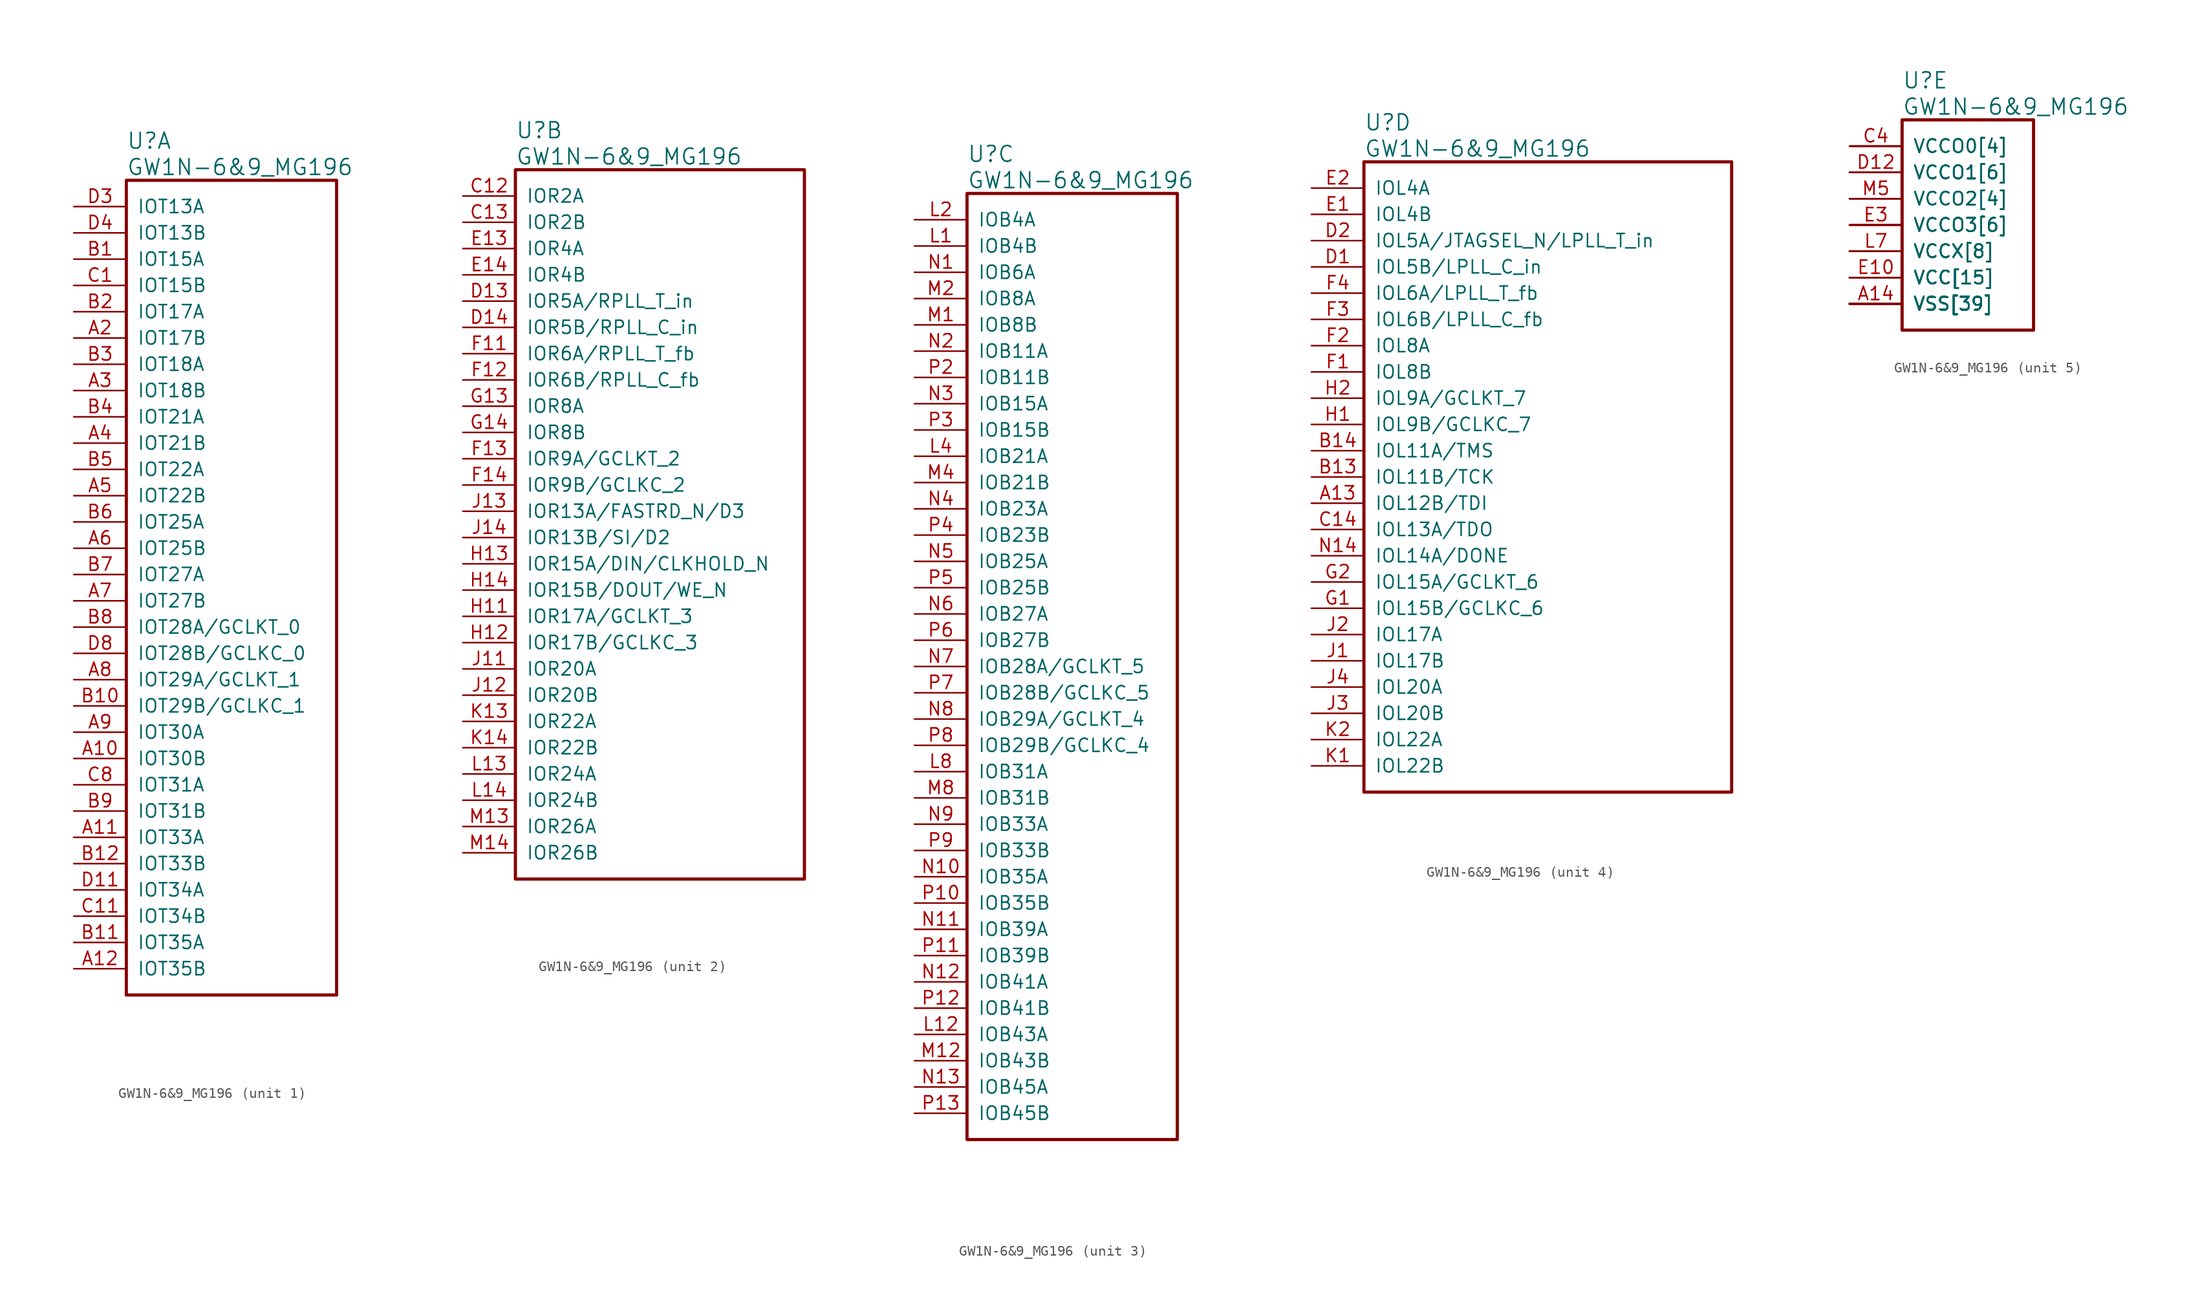
<source format=kicad_sym>
(kicad_symbol_lib
  (version 20211014)
  (generator kicad_symbol_editor)
  (symbol "GW1N-6&9_MG196"
    (pin_names
      (offset 1.016))
    (property "Reference" "U"
      (at 5.08 6.35 0)
      (effects (font (size 1.524 1.524)) (justify left)))
    (property "Value" "GW1N-6&9_MG196"
      (at 5.08 3.81 0)
      (effects (font (size 1.524 1.524)) (justify left)))
    (property "ki_locked" ""
      (at 0 0 0)
      (effects (font (size 1.27 1.27))))
    (symbol "GW1N-6&9_MG196_1_1"
      (rectangle (start 5.08 2.54) (end 25.4 -76.2) (stroke (width 0.305) (type default) (color 0 0 0 0)) (fill (type none)))
      (pin bidirectional line (at 0 -53.34 0) (length 5.08) (name "IOT30B" (effects (font (size 1.27 1.27)))) (number "A10" (effects (font (size 1.27 1.27)))))
      (pin bidirectional line (at 0 -60.96 0) (length 5.08) (name "IOT33A" (effects (font (size 1.27 1.27)))) (number "A11" (effects (font (size 1.27 1.27)))))
      (pin bidirectional line (at 0 -73.66 0) (length 5.08) (name "IOT35B" (effects (font (size 1.27 1.27)))) (number "A12" (effects (font (size 1.27 1.27)))))
      (pin bidirectional line (at 0 -12.7 0) (length 5.08) (name "IOT17B" (effects (font (size 1.27 1.27)))) (number "A2" (effects (font (size 1.27 1.27)))))
      (pin bidirectional line (at 0 -17.78 0) (length 5.08) (name "IOT18B" (effects (font (size 1.27 1.27)))) (number "A3" (effects (font (size 1.27 1.27)))))
      (pin bidirectional line (at 0 -22.86 0) (length 5.08) (name "IOT21B" (effects (font (size 1.27 1.27)))) (number "A4" (effects (font (size 1.27 1.27)))))
      (pin bidirectional line (at 0 -27.94 0) (length 5.08) (name "IOT22B" (effects (font (size 1.27 1.27)))) (number "A5" (effects (font (size 1.27 1.27)))))
      (pin bidirectional line (at 0 -33.02 0) (length 5.08) (name "IOT25B" (effects (font (size 1.27 1.27)))) (number "A6" (effects (font (size 1.27 1.27)))))
      (pin bidirectional line (at 0 -38.1 0) (length 5.08) (name "IOT27B" (effects (font (size 1.27 1.27)))) (number "A7" (effects (font (size 1.27 1.27)))))
      (pin bidirectional line (at 0 -45.72 0) (length 5.08) (name "IOT29A/GCLKT_1" (effects (font (size 1.27 1.27)))) (number "A8" (effects (font (size 1.27 1.27)))))
      (pin bidirectional line (at 0 -50.8 0) (length 5.08) (name "IOT30A" (effects (font (size 1.27 1.27)))) (number "A9" (effects (font (size 1.27 1.27)))))
      (pin bidirectional line (at 0 -5.08 0) (length 5.08) (name "IOT15A" (effects (font (size 1.27 1.27)))) (number "B1" (effects (font (size 1.27 1.27)))))
      (pin bidirectional line (at 0 -48.26 0) (length 5.08) (name "IOT29B/GCLKC_1" (effects (font (size 1.27 1.27)))) (number "B10" (effects (font (size 1.27 1.27)))))
      (pin bidirectional line (at 0 -71.12 0) (length 5.08) (name "IOT35A" (effects (font (size 1.27 1.27)))) (number "B11" (effects (font (size 1.27 1.27)))))
      (pin bidirectional line (at 0 -63.5 0) (length 5.08) (name "IOT33B" (effects (font (size 1.27 1.27)))) (number "B12" (effects (font (size 1.27 1.27)))))
      (pin bidirectional line (at 0 -10.16 0) (length 5.08) (name "IOT17A" (effects (font (size 1.27 1.27)))) (number "B2" (effects (font (size 1.27 1.27)))))
      (pin bidirectional line (at 0 -15.24 0) (length 5.08) (name "IOT18A" (effects (font (size 1.27 1.27)))) (number "B3" (effects (font (size 1.27 1.27)))))
      (pin bidirectional line (at 0 -20.32 0) (length 5.08) (name "IOT21A" (effects (font (size 1.27 1.27)))) (number "B4" (effects (font (size 1.27 1.27)))))
      (pin bidirectional line (at 0 -25.4 0) (length 5.08) (name "IOT22A" (effects (font (size 1.27 1.27)))) (number "B5" (effects (font (size 1.27 1.27)))))
      (pin bidirectional line (at 0 -30.48 0) (length 5.08) (name "IOT25A" (effects (font (size 1.27 1.27)))) (number "B6" (effects (font (size 1.27 1.27)))))
      (pin bidirectional line (at 0 -35.56 0) (length 5.08) (name "IOT27A" (effects (font (size 1.27 1.27)))) (number "B7" (effects (font (size 1.27 1.27)))))
      (pin bidirectional line (at 0 -40.64 0) (length 5.08) (name "IOT28A/GCLKT_0" (effects (font (size 1.27 1.27)))) (number "B8" (effects (font (size 1.27 1.27)))))
      (pin bidirectional line (at 0 -58.42 0) (length 5.08) (name "IOT31B" (effects (font (size 1.27 1.27)))) (number "B9" (effects (font (size 1.27 1.27)))))
      (pin bidirectional line (at 0 -7.62 0) (length 5.08) (name "IOT15B" (effects (font (size 1.27 1.27)))) (number "C1" (effects (font (size 1.27 1.27)))))
      (pin bidirectional line (at 0 -68.58 0) (length 5.08) (name "IOT34B" (effects (font (size 1.27 1.27)))) (number "C11" (effects (font (size 1.27 1.27)))))
      (pin bidirectional line (at 0 -55.88 0) (length 5.08) (name "IOT31A" (effects (font (size 1.27 1.27)))) (number "C8" (effects (font (size 1.27 1.27)))))
      (pin bidirectional line (at 0 -66.04 0) (length 5.08) (name "IOT34A" (effects (font (size 1.27 1.27)))) (number "D11" (effects (font (size 1.27 1.27)))))
      (pin bidirectional line (at 0 0 0) (length 5.08) (name "IOT13A" (effects (font (size 1.27 1.27)))) (number "D3" (effects (font (size 1.27 1.27)))))
      (pin bidirectional line (at 0 -2.54 0) (length 5.08) (name "IOT13B" (effects (font (size 1.27 1.27)))) (number "D4" (effects (font (size 1.27 1.27)))))
      (pin bidirectional line (at 0 -43.18 0) (length 5.08) (name "IOT28B/GCLKC_0" (effects (font (size 1.27 1.27)))) (number "D8" (effects (font (size 1.27 1.27))))))
    (symbol "GW1N-6&9_MG196_2_1"
      (rectangle (start 5.08 2.54) (end 33.02 -66.04) (stroke (width 0.305) (type default) (color 0 0 0 0)) (fill (type none)))
      (pin bidirectional line (at 0 0 0) (length 5.08) (name "IOR2A" (effects (font (size 1.27 1.27)))) (number "C12" (effects (font (size 1.27 1.27)))))
      (pin bidirectional line (at 0 -2.54 0) (length 5.08) (name "IOR2B" (effects (font (size 1.27 1.27)))) (number "C13" (effects (font (size 1.27 1.27)))))
      (pin bidirectional line (at 0 -10.16 0) (length 5.08) (name "IOR5A/RPLL_T_in" (effects (font (size 1.27 1.27)))) (number "D13" (effects (font (size 1.27 1.27)))))
      (pin bidirectional line (at 0 -12.7 0) (length 5.08) (name "IOR5B/RPLL_C_in" (effects (font (size 1.27 1.27)))) (number "D14" (effects (font (size 1.27 1.27)))))
      (pin bidirectional line (at 0 -5.08 0) (length 5.08) (name "IOR4A" (effects (font (size 1.27 1.27)))) (number "E13" (effects (font (size 1.27 1.27)))))
      (pin bidirectional line (at 0 -7.62 0) (length 5.08) (name "IOR4B" (effects (font (size 1.27 1.27)))) (number "E14" (effects (font (size 1.27 1.27)))))
      (pin bidirectional line (at 0 -15.24 0) (length 5.08) (name "IOR6A/RPLL_T_fb" (effects (font (size 1.27 1.27)))) (number "F11" (effects (font (size 1.27 1.27)))))
      (pin bidirectional line (at 0 -17.78 0) (length 5.08) (name "IOR6B/RPLL_C_fb" (effects (font (size 1.27 1.27)))) (number "F12" (effects (font (size 1.27 1.27)))))
      (pin bidirectional line (at 0 -25.4 0) (length 5.08) (name "IOR9A/GCLKT_2" (effects (font (size 1.27 1.27)))) (number "F13" (effects (font (size 1.27 1.27)))))
      (pin bidirectional line (at 0 -27.94 0) (length 5.08) (name "IOR9B/GCLKC_2" (effects (font (size 1.27 1.27)))) (number "F14" (effects (font (size 1.27 1.27)))))
      (pin bidirectional line (at 0 -20.32 0) (length 5.08) (name "IOR8A" (effects (font (size 1.27 1.27)))) (number "G13" (effects (font (size 1.27 1.27)))))
      (pin bidirectional line (at 0 -22.86 0) (length 5.08) (name "IOR8B" (effects (font (size 1.27 1.27)))) (number "G14" (effects (font (size 1.27 1.27)))))
      (pin bidirectional line (at 0 -40.64 0) (length 5.08) (name "IOR17A/GCLKT_3" (effects (font (size 1.27 1.27)))) (number "H11" (effects (font (size 1.27 1.27)))))
      (pin bidirectional line (at 0 -43.18 0) (length 5.08) (name "IOR17B/GCLKC_3" (effects (font (size 1.27 1.27)))) (number "H12" (effects (font (size 1.27 1.27)))))
      (pin bidirectional line (at 0 -35.56 0) (length 5.08) (name "IOR15A/DIN/CLKHOLD_N" (effects (font (size 1.27 1.27)))) (number "H13" (effects (font (size 1.27 1.27)))))
      (pin bidirectional line (at 0 -38.1 0) (length 5.08) (name "IOR15B/DOUT/WE_N" (effects (font (size 1.27 1.27)))) (number "H14" (effects (font (size 1.27 1.27)))))
      (pin bidirectional line (at 0 -45.72 0) (length 5.08) (name "IOR20A" (effects (font (size 1.27 1.27)))) (number "J11" (effects (font (size 1.27 1.27)))))
      (pin bidirectional line (at 0 -48.26 0) (length 5.08) (name "IOR20B" (effects (font (size 1.27 1.27)))) (number "J12" (effects (font (size 1.27 1.27)))))
      (pin bidirectional line (at 0 -30.48 0) (length 5.08) (name "IOR13A/FASTRD_N/D3" (effects (font (size 1.27 1.27)))) (number "J13" (effects (font (size 1.27 1.27)))))
      (pin bidirectional line (at 0 -33.02 0) (length 5.08) (name "IOR13B/SI/D2" (effects (font (size 1.27 1.27)))) (number "J14" (effects (font (size 1.27 1.27)))))
      (pin bidirectional line (at 0 -50.8 0) (length 5.08) (name "IOR22A" (effects (font (size 1.27 1.27)))) (number "K13" (effects (font (size 1.27 1.27)))))
      (pin bidirectional line (at 0 -53.34 0) (length 5.08) (name "IOR22B" (effects (font (size 1.27 1.27)))) (number "K14" (effects (font (size 1.27 1.27)))))
      (pin bidirectional line (at 0 -55.88 0) (length 5.08) (name "IOR24A" (effects (font (size 1.27 1.27)))) (number "L13" (effects (font (size 1.27 1.27)))))
      (pin bidirectional line (at 0 -58.42 0) (length 5.08) (name "IOR24B" (effects (font (size 1.27 1.27)))) (number "L14" (effects (font (size 1.27 1.27)))))
      (pin bidirectional line (at 0 -60.96 0) (length 5.08) (name "IOR26A" (effects (font (size 1.27 1.27)))) (number "M13" (effects (font (size 1.27 1.27)))))
      (pin bidirectional line (at 0 -63.5 0) (length 5.08) (name "IOR26B" (effects (font (size 1.27 1.27)))) (number "M14" (effects (font (size 1.27 1.27))))))
    (symbol "GW1N-6&9_MG196_3_1"
      (rectangle (start 5.08 2.54) (end 25.4 -88.9) (stroke (width 0.305) (type default) (color 0 0 0 0)) (fill (type none)))
      (pin bidirectional line (at 0 -2.54 0) (length 5.08) (name "IOB4B" (effects (font (size 1.27 1.27)))) (number "L1" (effects (font (size 1.27 1.27)))))
      (pin bidirectional line (at 0 -78.74 0) (length 5.08) (name "IOB43A" (effects (font (size 1.27 1.27)))) (number "L12" (effects (font (size 1.27 1.27)))))
      (pin bidirectional line (at 0 0 0) (length 5.08) (name "IOB4A" (effects (font (size 1.27 1.27)))) (number "L2" (effects (font (size 1.27 1.27)))))
      (pin bidirectional line (at 0 -22.86 0) (length 5.08) (name "IOB21A" (effects (font (size 1.27 1.27)))) (number "L4" (effects (font (size 1.27 1.27)))))
      (pin bidirectional line (at 0 -53.34 0) (length 5.08) (name "IOB31A" (effects (font (size 1.27 1.27)))) (number "L8" (effects (font (size 1.27 1.27)))))
      (pin bidirectional line (at 0 -10.16 0) (length 5.08) (name "IOB8B" (effects (font (size 1.27 1.27)))) (number "M1" (effects (font (size 1.27 1.27)))))
      (pin bidirectional line (at 0 -81.28 0) (length 5.08) (name "IOB43B" (effects (font (size 1.27 1.27)))) (number "M12" (effects (font (size 1.27 1.27)))))
      (pin bidirectional line (at 0 -7.62 0) (length 5.08) (name "IOB8A" (effects (font (size 1.27 1.27)))) (number "M2" (effects (font (size 1.27 1.27)))))
      (pin bidirectional line (at 0 -25.4 0) (length 5.08) (name "IOB21B" (effects (font (size 1.27 1.27)))) (number "M4" (effects (font (size 1.27 1.27)))))
      (pin bidirectional line (at 0 -55.88 0) (length 5.08) (name "IOB31B" (effects (font (size 1.27 1.27)))) (number "M8" (effects (font (size 1.27 1.27)))))
      (pin bidirectional line (at 0 -5.08 0) (length 5.08) (name "IOB6A" (effects (font (size 1.27 1.27)))) (number "N1" (effects (font (size 1.27 1.27)))))
      (pin bidirectional line (at 0 -63.5 0) (length 5.08) (name "IOB35A" (effects (font (size 1.27 1.27)))) (number "N10" (effects (font (size 1.27 1.27)))))
      (pin bidirectional line (at 0 -68.58 0) (length 5.08) (name "IOB39A" (effects (font (size 1.27 1.27)))) (number "N11" (effects (font (size 1.27 1.27)))))
      (pin bidirectional line (at 0 -73.66 0) (length 5.08) (name "IOB41A" (effects (font (size 1.27 1.27)))) (number "N12" (effects (font (size 1.27 1.27)))))
      (pin bidirectional line (at 0 -83.82 0) (length 5.08) (name "IOB45A" (effects (font (size 1.27 1.27)))) (number "N13" (effects (font (size 1.27 1.27)))))
      (pin bidirectional line (at 0 -12.7 0) (length 5.08) (name "IOB11A" (effects (font (size 1.27 1.27)))) (number "N2" (effects (font (size 1.27 1.27)))))
      (pin bidirectional line (at 0 -17.78 0) (length 5.08) (name "IOB15A" (effects (font (size 1.27 1.27)))) (number "N3" (effects (font (size 1.27 1.27)))))
      (pin bidirectional line (at 0 -27.94 0) (length 5.08) (name "IOB23A" (effects (font (size 1.27 1.27)))) (number "N4" (effects (font (size 1.27 1.27)))))
      (pin bidirectional line (at 0 -33.02 0) (length 5.08) (name "IOB25A" (effects (font (size 1.27 1.27)))) (number "N5" (effects (font (size 1.27 1.27)))))
      (pin bidirectional line (at 0 -38.1 0) (length 5.08) (name "IOB27A" (effects (font (size 1.27 1.27)))) (number "N6" (effects (font (size 1.27 1.27)))))
      (pin bidirectional line (at 0 -43.18 0) (length 5.08) (name "IOB28A/GCLKT_5" (effects (font (size 1.27 1.27)))) (number "N7" (effects (font (size 1.27 1.27)))))
      (pin bidirectional line (at 0 -48.26 0) (length 5.08) (name "IOB29A/GCLKT_4" (effects (font (size 1.27 1.27)))) (number "N8" (effects (font (size 1.27 1.27)))))
      (pin bidirectional line (at 0 -58.42 0) (length 5.08) (name "IOB33A" (effects (font (size 1.27 1.27)))) (number "N9" (effects (font (size 1.27 1.27)))))
      (pin bidirectional line (at 0 -66.04 0) (length 5.08) (name "IOB35B" (effects (font (size 1.27 1.27)))) (number "P10" (effects (font (size 1.27 1.27)))))
      (pin bidirectional line (at 0 -71.12 0) (length 5.08) (name "IOB39B" (effects (font (size 1.27 1.27)))) (number "P11" (effects (font (size 1.27 1.27)))))
      (pin bidirectional line (at 0 -76.2 0) (length 5.08) (name "IOB41B" (effects (font (size 1.27 1.27)))) (number "P12" (effects (font (size 1.27 1.27)))))
      (pin bidirectional line (at 0 -86.36 0) (length 5.08) (name "IOB45B" (effects (font (size 1.27 1.27)))) (number "P13" (effects (font (size 1.27 1.27)))))
      (pin bidirectional line (at 0 -15.24 0) (length 5.08) (name "IOB11B" (effects (font (size 1.27 1.27)))) (number "P2" (effects (font (size 1.27 1.27)))))
      (pin bidirectional line (at 0 -20.32 0) (length 5.08) (name "IOB15B" (effects (font (size 1.27 1.27)))) (number "P3" (effects (font (size 1.27 1.27)))))
      (pin bidirectional line (at 0 -30.48 0) (length 5.08) (name "IOB23B" (effects (font (size 1.27 1.27)))) (number "P4" (effects (font (size 1.27 1.27)))))
      (pin bidirectional line (at 0 -35.56 0) (length 5.08) (name "IOB25B" (effects (font (size 1.27 1.27)))) (number "P5" (effects (font (size 1.27 1.27)))))
      (pin bidirectional line (at 0 -40.64 0) (length 5.08) (name "IOB27B" (effects (font (size 1.27 1.27)))) (number "P6" (effects (font (size 1.27 1.27)))))
      (pin bidirectional line (at 0 -45.72 0) (length 5.08) (name "IOB28B/GCLKC_5" (effects (font (size 1.27 1.27)))) (number "P7" (effects (font (size 1.27 1.27)))))
      (pin bidirectional line (at 0 -50.8 0) (length 5.08) (name "IOB29B/GCLKC_4" (effects (font (size 1.27 1.27)))) (number "P8" (effects (font (size 1.27 1.27)))))
      (pin bidirectional line (at 0 -60.96 0) (length 5.08) (name "IOB33B" (effects (font (size 1.27 1.27)))) (number "P9" (effects (font (size 1.27 1.27))))))
    (symbol "GW1N-6&9_MG196_4_1"
      (rectangle (start 5.08 2.54) (end 40.64 -58.42) (stroke (width 0.305) (type default) (color 0 0 0 0)) (fill (type none)))
      (pin bidirectional line (at 0 -30.48 0) (length 5.08) (name "IOL12B/TDI" (effects (font (size 1.27 1.27)))) (number "A13" (effects (font (size 1.27 1.27)))))
      (pin bidirectional line (at 0 -27.94 0) (length 5.08) (name "IOL11B/TCK" (effects (font (size 1.27 1.27)))) (number "B13" (effects (font (size 1.27 1.27)))))
      (pin bidirectional line (at 0 -25.4 0) (length 5.08) (name "IOL11A/TMS" (effects (font (size 1.27 1.27)))) (number "B14" (effects (font (size 1.27 1.27)))))
      (pin bidirectional line (at 0 -33.02 0) (length 5.08) (name "IOL13A/TDO" (effects (font (size 1.27 1.27)))) (number "C14" (effects (font (size 1.27 1.27)))))
      (pin bidirectional line (at 0 -7.62 0) (length 5.08) (name "IOL5B/LPLL_C_in" (effects (font (size 1.27 1.27)))) (number "D1" (effects (font (size 1.27 1.27)))))
      (pin bidirectional line (at 0 -5.08 0) (length 5.08) (name "IOL5A/JTAGSEL_N/LPLL_T_in" (effects (font (size 1.27 1.27)))) (number "D2" (effects (font (size 1.27 1.27)))))
      (pin bidirectional line (at 0 -2.54 0) (length 5.08) (name "IOL4B" (effects (font (size 1.27 1.27)))) (number "E1" (effects (font (size 1.27 1.27)))))
      (pin bidirectional line (at 0 0 0) (length 5.08) (name "IOL4A" (effects (font (size 1.27 1.27)))) (number "E2" (effects (font (size 1.27 1.27)))))
      (pin bidirectional line (at 0 -17.78 0) (length 5.08) (name "IOL8B" (effects (font (size 1.27 1.27)))) (number "F1" (effects (font (size 1.27 1.27)))))
      (pin bidirectional line (at 0 -15.24 0) (length 5.08) (name "IOL8A" (effects (font (size 1.27 1.27)))) (number "F2" (effects (font (size 1.27 1.27)))))
      (pin bidirectional line (at 0 -12.7 0) (length 5.08) (name "IOL6B/LPLL_C_fb" (effects (font (size 1.27 1.27)))) (number "F3" (effects (font (size 1.27 1.27)))))
      (pin bidirectional line (at 0 -10.16 0) (length 5.08) (name "IOL6A/LPLL_T_fb" (effects (font (size 1.27 1.27)))) (number "F4" (effects (font (size 1.27 1.27)))))
      (pin bidirectional line (at 0 -40.64 0) (length 5.08) (name "IOL15B/GCLKC_6" (effects (font (size 1.27 1.27)))) (number "G1" (effects (font (size 1.27 1.27)))))
      (pin bidirectional line (at 0 -38.1 0) (length 5.08) (name "IOL15A/GCLKT_6" (effects (font (size 1.27 1.27)))) (number "G2" (effects (font (size 1.27 1.27)))))
      (pin bidirectional line (at 0 -22.86 0) (length 5.08) (name "IOL9B/GCLKC_7" (effects (font (size 1.27 1.27)))) (number "H1" (effects (font (size 1.27 1.27)))))
      (pin bidirectional line (at 0 -20.32 0) (length 5.08) (name "IOL9A/GCLKT_7" (effects (font (size 1.27 1.27)))) (number "H2" (effects (font (size 1.27 1.27)))))
      (pin bidirectional line (at 0 -45.72 0) (length 5.08) (name "IOL17B" (effects (font (size 1.27 1.27)))) (number "J1" (effects (font (size 1.27 1.27)))))
      (pin bidirectional line (at 0 -43.18 0) (length 5.08) (name "IOL17A" (effects (font (size 1.27 1.27)))) (number "J2" (effects (font (size 1.27 1.27)))))
      (pin bidirectional line (at 0 -50.8 0) (length 5.08) (name "IOL20B" (effects (font (size 1.27 1.27)))) (number "J3" (effects (font (size 1.27 1.27)))))
      (pin bidirectional line (at 0 -48.26 0) (length 5.08) (name "IOL20A" (effects (font (size 1.27 1.27)))) (number "J4" (effects (font (size 1.27 1.27)))))
      (pin bidirectional line (at 0 -55.88 0) (length 5.08) (name "IOL22B" (effects (font (size 1.27 1.27)))) (number "K1" (effects (font (size 1.27 1.27)))))
      (pin bidirectional line (at 0 -53.34 0) (length 5.08) (name "IOL22A" (effects (font (size 1.27 1.27)))) (number "K2" (effects (font (size 1.27 1.27)))))
      (pin bidirectional line (at 0 -35.56 0) (length 5.08) (name "IOL14A/DONE" (effects (font (size 1.27 1.27)))) (number "N14" (effects (font (size 1.27 1.27))))))
    (symbol "GW1N-6&9_MG196_5_1"
      (rectangle (start 5.08 2.54) (end 17.78 -17.78) (stroke (width 0.305) (type default) (color 0 0 0 0)) (fill (type none)))
      (pin power_in line (at 0 -15.24 0) (length 5.08) (name "VSS[39]" (effects (font (size 1.27 1.27)))) (number "A1" (effects (font (size 0 0)))))
      (pin power_in line (at 0 -15.24 0) (length 5.08) (name "VSS[39]" (effects (font (size 1.27 1.27)))) (number "A14" (effects (font (size 1.27 1.27)))))
      (pin power_in line (at 0 0 0) (length 5.08) (name "VCCO0[4]" (effects (font (size 1.27 1.27)))) (number "C10" (effects (font (size 0 0)))))
      (pin power_in line (at 0 -15.24 0) (length 5.08) (name "VSS[39]" (effects (font (size 1.27 1.27)))) (number "C2" (effects (font (size 0 0)))))
      (pin power_in line (at 0 -15.24 0) (length 5.08) (name "VSS[39]" (effects (font (size 1.27 1.27)))) (number "C3" (effects (font (size 0 0)))))
      (pin power_in line (at 0 0 0) (length 5.08) (name "VCCO0[4]" (effects (font (size 1.27 1.27)))) (number "C4" (effects (font (size 1.27 1.27)))))
      (pin power_in line (at 0 0 0) (length 5.08) (name "VCCO0[4]" (effects (font (size 1.27 1.27)))) (number "C5" (effects (font (size 0 0)))))
      (pin power_in line (at 0 -15.24 0) (length 5.08) (name "VSS[39]" (effects (font (size 1.27 1.27)))) (number "C6" (effects (font (size 0 0)))))
      (pin power_in line (at 0 -15.24 0) (length 5.08) (name "VSS[39]" (effects (font (size 1.27 1.27)))) (number "C7" (effects (font (size 0 0)))))
      (pin power_in line (at 0 0 0) (length 5.08) (name "VCCO0[4]" (effects (font (size 1.27 1.27)))) (number "C9" (effects (font (size 0 0)))))
      (pin power_in line (at 0 -15.24 0) (length 5.08) (name "VSS[39]" (effects (font (size 1.27 1.27)))) (number "D10" (effects (font (size 0 0)))))
      (pin power_in line (at 0 -2.54 0) (length 5.08) (name "VCCO1[6]" (effects (font (size 1.27 1.27)))) (number "D12" (effects (font (size 1.27 1.27)))))
      (pin power_in line (at 0 -15.24 0) (length 5.08) (name "VSS[39]" (effects (font (size 1.27 1.27)))) (number "D5" (effects (font (size 0 0)))))
      (pin power_in line (at 0 -15.24 0) (length 5.08) (name "VSS[39]" (effects (font (size 1.27 1.27)))) (number "D6" (effects (font (size 0 0)))))
      (pin power_in line (at 0 -10.16 0) (length 5.08) (name "VCCX[8]" (effects (font (size 1.27 1.27)))) (number "D7" (effects (font (size 0 0)))))
      (pin power_in line (at 0 -15.24 0) (length 5.08) (name "VSS[39]" (effects (font (size 1.27 1.27)))) (number "D9" (effects (font (size 0 0)))))
      (pin power_in line (at 0 -12.7 0) (length 5.08) (name "VCC[15]" (effects (font (size 1.27 1.27)))) (number "E10" (effects (font (size 1.27 1.27)))))
      (pin power_in line (at 0 -15.24 0) (length 5.08) (name "VSS[39]" (effects (font (size 1.27 1.27)))) (number "E11" (effects (font (size 0 0)))))
      (pin power_in line (at 0 -2.54 0) (length 5.08) (name "VCCO1[6]" (effects (font (size 1.27 1.27)))) (number "E12" (effects (font (size 0 0)))))
      (pin power_in line (at 0 -7.62 0) (length 5.08) (name "VCCO3[6]" (effects (font (size 1.27 1.27)))) (number "E3" (effects (font (size 1.27 1.27)))))
      (pin power_in line (at 0 -7.62 0) (length 5.08) (name "VCCO3[6]" (effects (font (size 1.27 1.27)))) (number "E4" (effects (font (size 0 0)))))
      (pin power_in line (at 0 -12.7 0) (length 5.08) (name "VCC[15]" (effects (font (size 1.27 1.27)))) (number "E5" (effects (font (size 0 0)))))
      (pin power_in line (at 0 -12.7 0) (length 5.08) (name "VCC[15]" (effects (font (size 1.27 1.27)))) (number "E6" (effects (font (size 0 0)))))
      (pin power_in line (at 0 -10.16 0) (length 5.08) (name "VCCX[8]" (effects (font (size 1.27 1.27)))) (number "E7" (effects (font (size 0 0)))))
      (pin power_in line (at 0 -15.24 0) (length 5.08) (name "VSS[39]" (effects (font (size 1.27 1.27)))) (number "E8" (effects (font (size 0 0)))))
      (pin power_in line (at 0 -12.7 0) (length 5.08) (name "VCC[15]" (effects (font (size 1.27 1.27)))) (number "E9" (effects (font (size 0 0)))))
      (pin power_in line (at 0 -12.7 0) (length 5.08) (name "VCC[15]" (effects (font (size 1.27 1.27)))) (number "F10" (effects (font (size 0 0)))))
      (pin power_in line (at 0 -12.7 0) (length 5.08) (name "VCC[15]" (effects (font (size 1.27 1.27)))) (number "F5" (effects (font (size 0 0)))))
      (pin power_in line (at 0 -12.7 0) (length 5.08) (name "VCC[15]" (effects (font (size 1.27 1.27)))) (number "F6" (effects (font (size 0 0)))))
      (pin power_in line (at 0 -15.24 0) (length 5.08) (name "VSS[39]" (effects (font (size 1.27 1.27)))) (number "F7" (effects (font (size 0 0)))))
      (pin power_in line (at 0 -15.24 0) (length 5.08) (name "VSS[39]" (effects (font (size 1.27 1.27)))) (number "F8" (effects (font (size 0 0)))))
      (pin power_in line (at 0 -12.7 0) (length 5.08) (name "VCC[15]" (effects (font (size 1.27 1.27)))) (number "F9" (effects (font (size 0 0)))))
      (pin power_in line (at 0 -10.16 0) (length 5.08) (name "VCCX[8]" (effects (font (size 1.27 1.27)))) (number "G10" (effects (font (size 0 0)))))
      (pin power_in line (at 0 -2.54 0) (length 5.08) (name "VCCO1[6]" (effects (font (size 1.27 1.27)))) (number "G11" (effects (font (size 0 0)))))
      (pin power_in line (at 0 -2.54 0) (length 5.08) (name "VCCO1[6]" (effects (font (size 1.27 1.27)))) (number "G12" (effects (font (size 0 0)))))
      (pin power_in line (at 0 -7.62 0) (length 5.08) (name "VCCO3[6]" (effects (font (size 1.27 1.27)))) (number "G3" (effects (font (size 0 0)))))
      (pin power_in line (at 0 -15.24 0) (length 5.08) (name "VSS[39]" (effects (font (size 1.27 1.27)))) (number "G4" (effects (font (size 0 0)))))
      (pin power_in line (at 0 -15.24 0) (length 5.08) (name "VSS[39]" (effects (font (size 1.27 1.27)))) (number "G5" (effects (font (size 0 0)))))
      (pin power_in line (at 0 -15.24 0) (length 5.08) (name "VSS[39]" (effects (font (size 1.27 1.27)))) (number "G6" (effects (font (size 0 0)))))
      (pin power_in line (at 0 -15.24 0) (length 5.08) (name "VSS[39]" (effects (font (size 1.27 1.27)))) (number "G7" (effects (font (size 0 0)))))
      (pin power_in line (at 0 -15.24 0) (length 5.08) (name "VSS[39]" (effects (font (size 1.27 1.27)))) (number "G8" (effects (font (size 0 0)))))
      (pin power_in line (at 0 -10.16 0) (length 5.08) (name "VCCX[8]" (effects (font (size 1.27 1.27)))) (number "G9" (effects (font (size 0 0)))))
      (pin power_in line (at 0 -15.24 0) (length 5.08) (name "VSS[39]" (effects (font (size 1.27 1.27)))) (number "H10" (effects (font (size 0 0)))))
      (pin power_in line (at 0 -7.62 0) (length 5.08) (name "VCCO3[6]" (effects (font (size 1.27 1.27)))) (number "H3" (effects (font (size 0 0)))))
      (pin power_in line (at 0 -15.24 0) (length 5.08) (name "VSS[39]" (effects (font (size 1.27 1.27)))) (number "H4" (effects (font (size 0 0)))))
      (pin power_in line (at 0 -10.16 0) (length 5.08) (name "VCCX[8]" (effects (font (size 1.27 1.27)))) (number "H5" (effects (font (size 0 0)))))
      (pin power_in line (at 0 -10.16 0) (length 5.08) (name "VCCX[8]" (effects (font (size 1.27 1.27)))) (number "H6" (effects (font (size 0 0)))))
      (pin power_in line (at 0 -15.24 0) (length 5.08) (name "VSS[39]" (effects (font (size 1.27 1.27)))) (number "H7" (effects (font (size 0 0)))))
      (pin power_in line (at 0 -15.24 0) (length 5.08) (name "VSS[39]" (effects (font (size 1.27 1.27)))) (number "H8" (effects (font (size 0 0)))))
      (pin power_in line (at 0 -15.24 0) (length 5.08) (name "VSS[39]" (effects (font (size 1.27 1.27)))) (number "H9" (effects (font (size 0 0)))))
      (pin power_in line (at 0 -15.24 0) (length 5.08) (name "VSS[39]" (effects (font (size 1.27 1.27)))) (number "J10" (effects (font (size 0 0)))))
      (pin power_in line (at 0 -12.7 0) (length 5.08) (name "VCC[15]" (effects (font (size 1.27 1.27)))) (number "J5" (effects (font (size 0 0)))))
      (pin power_in line (at 0 -12.7 0) (length 5.08) (name "VCC[15]" (effects (font (size 1.27 1.27)))) (number "J6" (effects (font (size 0 0)))))
      (pin power_in line (at 0 -15.24 0) (length 5.08) (name "VSS[39]" (effects (font (size 1.27 1.27)))) (number "J7" (effects (font (size 0 0)))))
      (pin power_in line (at 0 -15.24 0) (length 5.08) (name "VSS[39]" (effects (font (size 1.27 1.27)))) (number "J8" (effects (font (size 0 0)))))
      (pin power_in line (at 0 -12.7 0) (length 5.08) (name "VCC[15]" (effects (font (size 1.27 1.27)))) (number "J9" (effects (font (size 0 0)))))
      (pin power_in line (at 0 -12.7 0) (length 5.08) (name "VCC[15]" (effects (font (size 1.27 1.27)))) (number "K10" (effects (font (size 0 0)))))
      (pin power_in line (at 0 -2.54 0) (length 5.08) (name "VCCO1[6]" (effects (font (size 1.27 1.27)))) (number "K11" (effects (font (size 0 0)))))
      (pin power_in line (at 0 -2.54 0) (length 5.08) (name "VCCO1[6]" (effects (font (size 1.27 1.27)))) (number "K12" (effects (font (size 0 0)))))
      (pin power_in line (at 0 -7.62 0) (length 5.08) (name "VCCO3[6]" (effects (font (size 1.27 1.27)))) (number "K3" (effects (font (size 0 0)))))
      (pin power_in line (at 0 -7.62 0) (length 5.08) (name "VCCO3[6]" (effects (font (size 1.27 1.27)))) (number "K4" (effects (font (size 0 0)))))
      (pin power_in line (at 0 -12.7 0) (length 5.08) (name "VCC[15]" (effects (font (size 1.27 1.27)))) (number "K5" (effects (font (size 0 0)))))
      (pin power_in line (at 0 -12.7 0) (length 5.08) (name "VCC[15]" (effects (font (size 1.27 1.27)))) (number "K6" (effects (font (size 0 0)))))
      (pin power_in line (at 0 -10.16 0) (length 5.08) (name "VCCX[8]" (effects (font (size 1.27 1.27)))) (number "K7" (effects (font (size 0 0)))))
      (pin power_in line (at 0 -15.24 0) (length 5.08) (name "VSS[39]" (effects (font (size 1.27 1.27)))) (number "K8" (effects (font (size 0 0)))))
      (pin power_in line (at 0 -12.7 0) (length 5.08) (name "VCC[15]" (effects (font (size 1.27 1.27)))) (number "K9" (effects (font (size 0 0)))))
      (pin power_in line (at 0 -15.24 0) (length 5.08) (name "VSS[39]" (effects (font (size 1.27 1.27)))) (number "L10" (effects (font (size 0 0)))))
      (pin power_in line (at 0 -15.24 0) (length 5.08) (name "VSS[39]" (effects (font (size 1.27 1.27)))) (number "L11" (effects (font (size 0 0)))))
      (pin power_in line (at 0 -15.24 0) (length 5.08) (name "VSS[39]" (effects (font (size 1.27 1.27)))) (number "L3" (effects (font (size 0 0)))))
      (pin power_in line (at 0 -15.24 0) (length 5.08) (name "VSS[39]" (effects (font (size 1.27 1.27)))) (number "L5" (effects (font (size 0 0)))))
      (pin power_in line (at 0 -15.24 0) (length 5.08) (name "VSS[39]" (effects (font (size 1.27 1.27)))) (number "L6" (effects (font (size 0 0)))))
      (pin power_in line (at 0 -10.16 0) (length 5.08) (name "VCCX[8]" (effects (font (size 1.27 1.27)))) (number "L7" (effects (font (size 1.27 1.27)))))
      (pin power_in line (at 0 -15.24 0) (length 5.08) (name "VSS[39]" (effects (font (size 1.27 1.27)))) (number "L9" (effects (font (size 0 0)))))
      (pin power_in line (at 0 -5.08 0) (length 5.08) (name "VCCO2[4]" (effects (font (size 1.27 1.27)))) (number "M10" (effects (font (size 0 0)))))
      (pin power_in line (at 0 -15.24 0) (length 5.08) (name "VSS[39]" (effects (font (size 1.27 1.27)))) (number "M11" (effects (font (size 0 0)))))
      (pin power_in line (at 0 -15.24 0) (length 5.08) (name "VSS[39]" (effects (font (size 1.27 1.27)))) (number "M3" (effects (font (size 0 0)))))
      (pin power_in line (at 0 -5.08 0) (length 5.08) (name "VCCO2[4]" (effects (font (size 1.27 1.27)))) (number "M5" (effects (font (size 1.27 1.27)))))
      (pin power_in line (at 0 -5.08 0) (length 5.08) (name "VCCO2[4]" (effects (font (size 1.27 1.27)))) (number "M6" (effects (font (size 0 0)))))
      (pin power_in line (at 0 -15.24 0) (length 5.08) (name "VSS[39]" (effects (font (size 1.27 1.27)))) (number "M7" (effects (font (size 0 0)))))
      (pin power_in line (at 0 -5.08 0) (length 5.08) (name "VCCO2[4]" (effects (font (size 1.27 1.27)))) (number "M9" (effects (font (size 0 0)))))
      (pin power_in line (at 0 -15.24 0) (length 5.08) (name "VSS[39]" (effects (font (size 1.27 1.27)))) (number "P1" (effects (font (size 0 0)))))
      (pin power_in line (at 0 -15.24 0) (length 5.08) (name "VSS[39]" (effects (font (size 1.27 1.27)))) (number "P14" (effects (font (size 0 0))))))))
</source>
